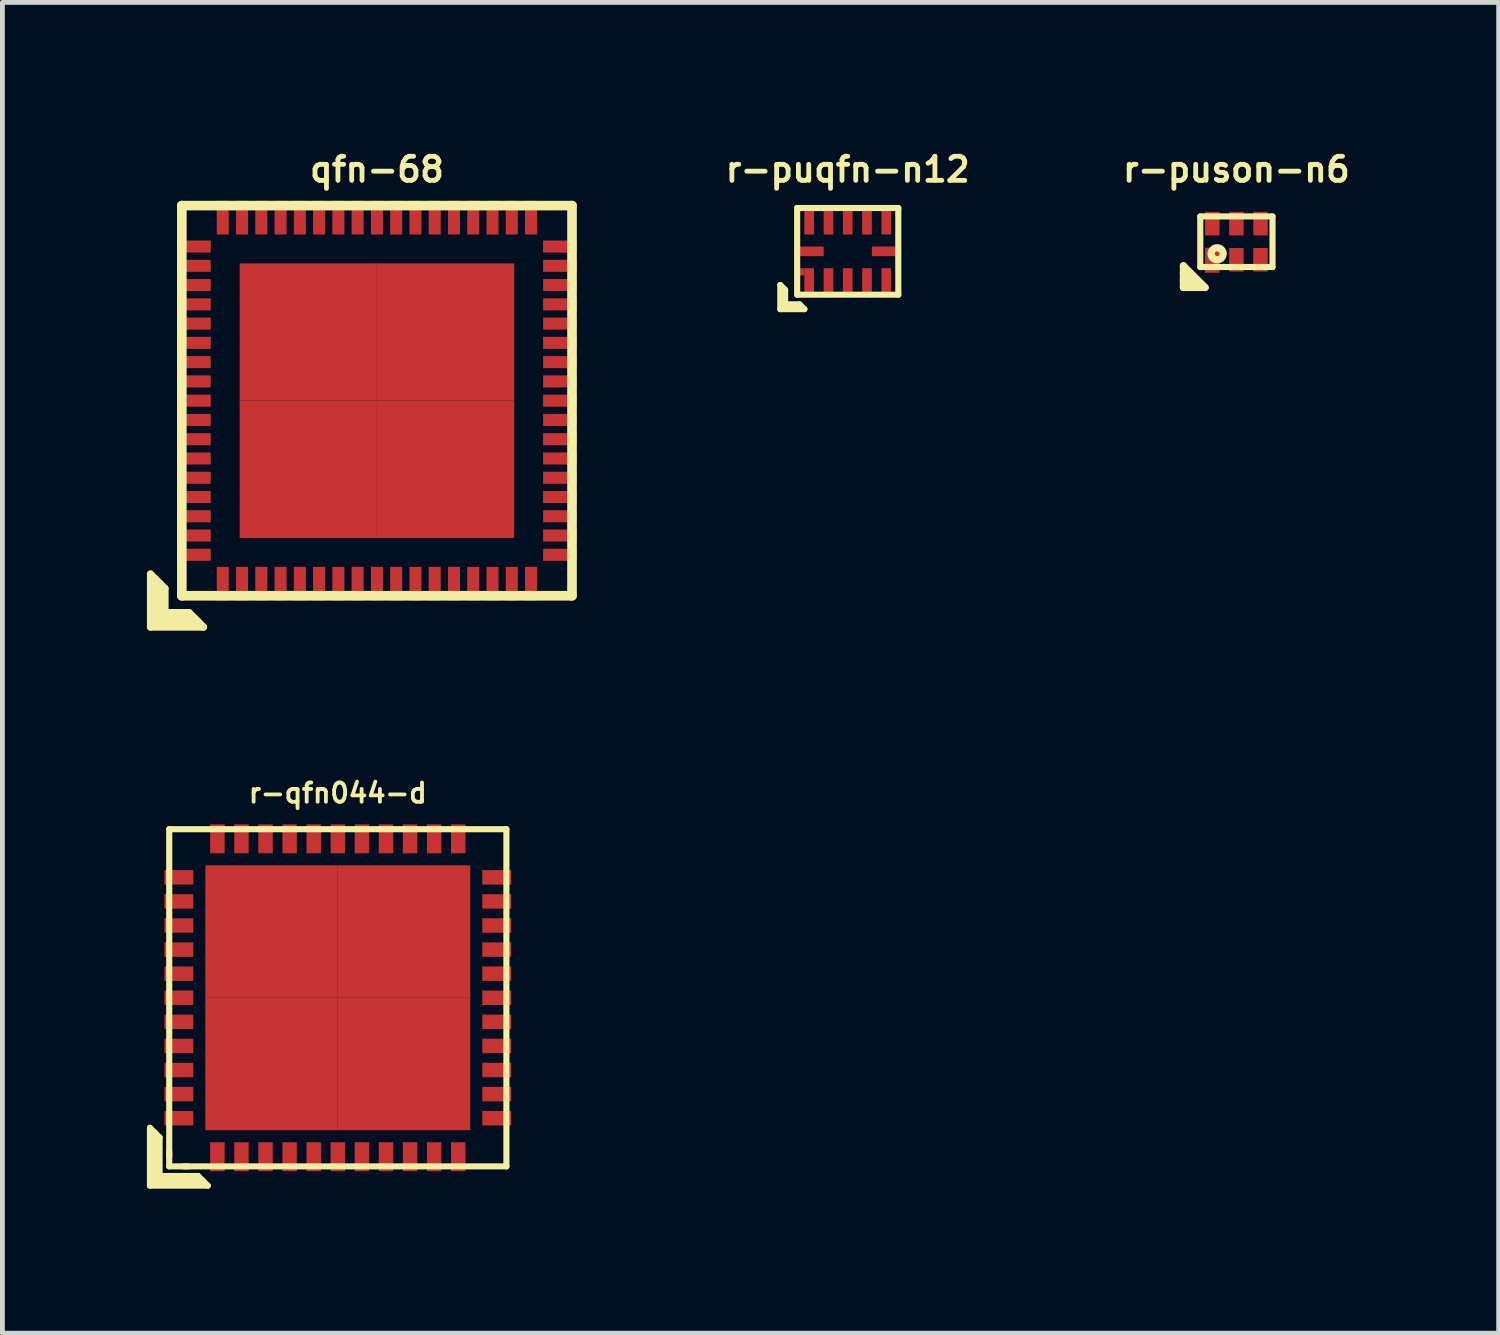
<source format=kicad_pcb>
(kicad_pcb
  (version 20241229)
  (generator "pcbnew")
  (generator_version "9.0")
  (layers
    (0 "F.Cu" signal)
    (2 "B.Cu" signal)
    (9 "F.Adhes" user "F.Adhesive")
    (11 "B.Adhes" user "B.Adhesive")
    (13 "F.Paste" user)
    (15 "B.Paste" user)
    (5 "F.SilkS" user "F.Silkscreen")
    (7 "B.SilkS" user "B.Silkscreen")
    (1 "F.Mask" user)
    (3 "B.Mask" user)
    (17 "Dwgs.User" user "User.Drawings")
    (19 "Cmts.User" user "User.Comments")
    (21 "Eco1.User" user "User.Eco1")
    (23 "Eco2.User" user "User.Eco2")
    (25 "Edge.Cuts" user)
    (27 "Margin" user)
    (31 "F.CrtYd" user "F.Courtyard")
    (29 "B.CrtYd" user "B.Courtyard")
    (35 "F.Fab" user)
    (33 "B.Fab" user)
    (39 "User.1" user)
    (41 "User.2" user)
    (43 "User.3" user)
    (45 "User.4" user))
  (footprint "qfn-68"
    (layer "F.Cu")
    (at 4.775 5.268)
    (property "Reference" "qfn-68" (at 0 -4.8 0) (layer "F.SilkS") (effects (font (size 0.5 0.5) (thickness 0.1))))
    (attr smd)
    (fp_line (start -4.7 4.7) (end -4.7 3.6) (stroke (width 0.15) (type solid)) (layer "F.SilkS"))
    (fp_line (start -4.6 3.7) (end -4.6 4.6) (stroke (width 0.15) (type solid)) (layer "F.SilkS"))
    (fp_line (start -4.6 4.6) (end -3.7 4.6) (stroke (width 0.15) (type solid)) (layer "F.SilkS"))
    (fp_line (start -4.5 4.5) (end -4.5 3.8) (stroke (width 0.15) (type solid)) (layer "F.SilkS"))
    (fp_line (start -4.4 3.9) (end -4.7 3.6) (stroke (width 0.15) (type solid)) (layer "F.SilkS"))
    (fp_line (start -4.4 4.4) (end -4.4 3.9) (stroke (width 0.15) (type solid)) (layer "F.SilkS"))
    (fp_line (start -4.4 4.4) (end -3.9 4.4) (stroke (width 0.15) (type solid)) (layer "F.SilkS"))
    (fp_line (start -4.05 -4.05) (end -4.05 4.05) (stroke (width 0.2) (type solid)) (layer "F.SilkS"))
    (fp_line (start -4.05 4.05) (end 4.05 4.05) (stroke (width 0.2) (type solid)) (layer "F.SilkS"))
    (fp_line (start -3.9 4.4) (end -3.6 4.7) (stroke (width 0.15) (type solid)) (layer "F.SilkS"))
    (fp_line (start -3.8 4.5) (end -4.5 4.5) (stroke (width 0.15) (type solid)) (layer "F.SilkS"))
    (fp_line (start -3.6 4.7) (end -4.7 4.7) (stroke (width 0.15) (type solid)) (layer "F.SilkS"))
    (fp_line (start 4.05 -4.05) (end -4.05 -4.05) (stroke (width 0.2) (type solid)) (layer "F.SilkS"))
    (fp_line (start 4.05 4.05) (end 4.05 -4.05) (stroke (width 0.2) (type solid)) (layer "F.SilkS"))
    (pad "1" smd rect (at -3.2 3.8) (size 0.25 0.7) (layers "F.Cu" "F.Mask" "F.Paste"))
    (pad "2" smd rect (at -2.8 3.8) (size 0.25 0.7) (layers "F.Cu" "F.Mask" "F.Paste"))
    (pad "3" smd rect (at -2.4 3.8) (size 0.25 0.7) (layers "F.Cu" "F.Mask" "F.Paste"))
    (pad "4" smd rect (at -2 3.8) (size 0.25 0.7) (layers "F.Cu" "F.Mask" "F.Paste"))
    (pad "5" smd rect (at -1.6 3.8) (size 0.25 0.7) (layers "F.Cu" "F.Mask" "F.Paste"))
    (pad "6" smd rect (at -1.2 3.8) (size 0.25 0.7) (layers "F.Cu" "F.Mask" "F.Paste"))
    (pad "7" smd rect (at -0.8 3.8) (size 0.25 0.7) (layers "F.Cu" "F.Mask" "F.Paste"))
    (pad "8" smd rect (at -0.4 3.8) (size 0.25 0.7) (layers "F.Cu" "F.Mask" "F.Paste"))
    (pad "9" smd rect (at 0 3.8) (size 0.25 0.7) (layers "F.Cu" "F.Mask" "F.Paste"))
    (pad "10" smd rect (at 0.4 3.8) (size 0.25 0.7) (layers "F.Cu" "F.Mask" "F.Paste"))
    (pad "11" smd rect (at 0.8 3.8) (size 0.25 0.7) (layers "F.Cu" "F.Mask" "F.Paste"))
    (pad "12" smd rect (at 1.2 3.8) (size 0.25 0.7) (layers "F.Cu" "F.Mask" "F.Paste"))
    (pad "13" smd rect (at 1.6 3.8) (size 0.25 0.7) (layers "F.Cu" "F.Mask" "F.Paste"))
    (pad "14" smd rect (at 2 3.8) (size 0.25 0.7) (layers "F.Cu" "F.Mask" "F.Paste"))
    (pad "15" smd rect (at 2.4 3.8) (size 0.25 0.7) (layers "F.Cu" "F.Mask" "F.Paste"))
    (pad "16" smd rect (at 2.8 3.8) (size 0.25 0.7) (layers "F.Cu" "F.Mask" "F.Paste"))
    (pad "17" smd rect (at 3.2 3.8) (size 0.25 0.7) (layers "F.Cu" "F.Mask" "F.Paste"))
    (pad "18" smd rect (at 3.8 3.2) (size 0.7 0.25) (layers "F.Cu" "F.Mask" "F.Paste"))
    (pad "19" smd rect (at 3.8 2.8) (size 0.7 0.25) (layers "F.Cu" "F.Mask" "F.Paste"))
    (pad "20" smd rect (at 3.8 2.4) (size 0.7 0.25) (layers "F.Cu" "F.Mask" "F.Paste"))
    (pad "21" smd rect (at 3.8 2) (size 0.7 0.25) (layers "F.Cu" "F.Mask" "F.Paste"))
    (pad "22" smd rect (at 3.8 1.6) (size 0.7 0.25) (layers "F.Cu" "F.Mask" "F.Paste"))
    (pad "23" smd rect (at 3.8 1.2) (size 0.7 0.25) (layers "F.Cu" "F.Mask" "F.Paste"))
    (pad "24" smd rect (at 3.8 0.8) (size 0.7 0.25) (layers "F.Cu" "F.Mask" "F.Paste"))
    (pad "25" smd rect (at 3.8 0.4) (size 0.7 0.25) (layers "F.Cu" "F.Mask" "F.Paste"))
    (pad "26" smd rect (at 3.8 0) (size 0.7 0.25) (layers "F.Cu" "F.Mask" "F.Paste"))
    (pad "27" smd rect (at 3.8 -0.4) (size 0.7 0.25) (layers "F.Cu" "F.Mask" "F.Paste"))
    (pad "28" smd rect (at 3.8 -0.8) (size 0.7 0.25) (layers "F.Cu" "F.Mask" "F.Paste"))
    (pad "29" smd rect (at 3.8 -1.2) (size 0.7 0.25) (layers "F.Cu" "F.Mask" "F.Paste"))
    (pad "30" smd rect (at 3.8 -1.6) (size 0.7 0.25) (layers "F.Cu" "F.Mask" "F.Paste"))
    (pad "31" smd rect (at 3.8 -2) (size 0.7 0.25) (layers "F.Cu" "F.Mask" "F.Paste"))
    (pad "32" smd rect (at 3.8 -2.4) (size 0.7 0.25) (layers "F.Cu" "F.Mask" "F.Paste"))
    (pad "33" smd rect (at 3.8 -2.8) (size 0.7 0.25) (layers "F.Cu" "F.Mask" "F.Paste"))
    (pad "34" smd rect (at 3.8 -3.2) (size 0.7 0.25) (layers "F.Cu" "F.Mask" "F.Paste"))
    (pad "35" smd rect (at 3.2 -3.8) (size 0.25 0.7) (layers "F.Cu" "F.Mask" "F.Paste"))
    (pad "36" smd rect (at 2.8 -3.8) (size 0.25 0.7) (layers "F.Cu" "F.Mask" "F.Paste"))
    (pad "37" smd rect (at 2.4 -3.8) (size 0.25 0.7) (layers "F.Cu" "F.Mask" "F.Paste"))
    (pad "38" smd rect (at 2 -3.8) (size 0.25 0.7) (layers "F.Cu" "F.Mask" "F.Paste"))
    (pad "39" smd rect (at 1.6 -3.8) (size 0.25 0.7) (layers "F.Cu" "F.Mask" "F.Paste"))
    (pad "40" smd rect (at 1.2 -3.8) (size 0.25 0.7) (layers "F.Cu" "F.Mask" "F.Paste"))
    (pad "41" smd rect (at 0.8 -3.8) (size 0.25 0.7) (layers "F.Cu" "F.Mask" "F.Paste"))
    (pad "42" smd rect (at 0.4 -3.8) (size 0.25 0.7) (layers "F.Cu" "F.Mask" "F.Paste"))
    (pad "43" smd rect (at 0 -3.8) (size 0.25 0.7) (layers "F.Cu" "F.Mask" "F.Paste"))
    (pad "44" smd rect (at -0.4 -3.8) (size 0.25 0.7) (layers "F.Cu" "F.Mask" "F.Paste"))
    (pad "45" smd rect (at -0.8 -3.8) (size 0.25 0.7) (layers "F.Cu" "F.Mask" "F.Paste"))
    (pad "46" smd rect (at -1.2 -3.8) (size 0.25 0.7) (layers "F.Cu" "F.Mask" "F.Paste"))
    (pad "47" smd rect (at -1.6 -3.8) (size 0.25 0.7) (layers "F.Cu" "F.Mask" "F.Paste"))
    (pad "48" smd rect (at -2 -3.8) (size 0.25 0.7) (layers "F.Cu" "F.Mask" "F.Paste"))
    (pad "49" smd rect (at -2.4 -3.8) (size 0.25 0.7) (layers "F.Cu" "F.Mask" "F.Paste"))
    (pad "50" smd rect (at -2.8 -3.8) (size 0.25 0.7) (layers "F.Cu" "F.Mask" "F.Paste"))
    (pad "51" smd rect (at -3.2 -3.8) (size 0.25 0.7) (layers "F.Cu" "F.Mask" "F.Paste"))
    (pad "52" smd rect (at -3.8 -3.2) (size 0.7 0.25) (layers "F.Cu" "F.Mask" "F.Paste"))
    (pad "53" smd rect (at -3.8 -2.8) (size 0.7 0.25) (layers "F.Cu" "F.Mask" "F.Paste"))
    (pad "54" smd rect (at -3.8 -2.4) (size 0.7 0.25) (layers "F.Cu" "F.Mask" "F.Paste"))
    (pad "55" smd rect (at -3.8 -2) (size 0.7 0.25) (layers "F.Cu" "F.Mask" "F.Paste"))
    (pad "56" smd rect (at -3.8 -1.6) (size 0.7 0.25) (layers "F.Cu" "F.Mask" "F.Paste"))
    (pad "57" smd rect (at -3.8 -1.2) (size 0.7 0.25) (layers "F.Cu" "F.Mask" "F.Paste"))
    (pad "58" smd rect (at -3.8 -0.8) (size 0.7 0.25) (layers "F.Cu" "F.Mask" "F.Paste"))
    (pad "59" smd rect (at -3.8 -0.4) (size 0.7 0.25) (layers "F.Cu" "F.Mask" "F.Paste"))
    (pad "60" smd rect (at -3.8 0) (size 0.7 0.25) (layers "F.Cu" "F.Mask" "F.Paste"))
    (pad "61" smd rect (at -3.8 0.4) (size 0.7 0.25) (layers "F.Cu" "F.Mask" "F.Paste"))
    (pad "62" smd rect (at -3.8 0.8) (size 0.7 0.25) (layers "F.Cu" "F.Mask" "F.Paste"))
    (pad "63" smd rect (at -3.8 1.2) (size 0.7 0.25) (layers "F.Cu" "F.Mask" "F.Paste"))
    (pad "64" smd rect (at -3.8 1.6) (size 0.7 0.25) (layers "F.Cu" "F.Mask" "F.Paste"))
    (pad "65" smd rect (at -3.8 2) (size 0.7 0.25) (layers "F.Cu" "F.Mask" "F.Paste"))
    (pad "66" smd rect (at -3.8 2.4) (size 0.7 0.25) (layers "F.Cu" "F.Mask" "F.Paste"))
    (pad "67" smd rect (at -3.8 2.8) (size 0.7 0.25) (layers "F.Cu" "F.Mask" "F.Paste"))
    (pad "68" smd rect (at -3.8 3.2) (size 0.7 0.25) (layers "F.Cu" "F.Mask" "F.Paste"))
    (pad "69" smd rect (at -1.425 -1.425) (size 2.85 2.85) (layers "F.Cu" "F.Mask" "F.Paste"))
    (pad "69" smd rect (at -1.425 1.425) (size 2.85 2.85) (layers "F.Cu" "F.Mask" "F.Paste"))
    (pad "69" smd rect (at 1.425 -1.425) (size 2.85 2.85) (layers "F.Cu" "F.Mask" "F.Paste"))
    (pad "69" smd rect (at 1.425 1.425) (size 2.85 2.85) (layers "F.Cu" "F.Mask" "F.Paste")))
  (footprint "r-puson-n6"
    (layer "F.Cu")
    (at 22.618 1.968)
    (property "Reference" "r-puson-n6" (at 0 -1.5 0) (layer "F.SilkS") (effects (font (size 0.5 0.5) (thickness 0.1))))
    (attr smd)
    (fp_line (start -1.1 0.5) (end -1.1 0.95) (stroke (width 0.15) (type solid)) (layer "F.SilkS"))
    (fp_line (start -1.1 0.95) (end -0.65 0.95) (stroke (width 0.15) (type solid)) (layer "F.SilkS"))
    (fp_line (start -0.95 0.95) (end -1.1 0.8) (stroke (width 0.15) (type solid)) (layer "F.SilkS"))
    (fp_line (start -0.8 0.95) (end -1.1 0.65) (stroke (width 0.15) (type solid)) (layer "F.SilkS"))
    (fp_line (start -0.75 -0.525) (end 0.75 -0.525) (stroke (width 0.127) (type solid)) (layer "F.SilkS"))
    (fp_line (start -0.75 0.525) (end -0.75 -0.525) (stroke (width 0.127) (type solid)) (layer "F.SilkS"))
    (fp_line (start -0.65 0.95) (end -1.1 0.5) (stroke (width 0.15) (type solid)) (layer "F.SilkS"))
    (fp_line (start 0.75 -0.525) (end 0.75 0.525) (stroke (width 0.127) (type solid)) (layer "F.SilkS"))
    (fp_line (start 0.75 0.525) (end -0.75 0.525) (stroke (width 0.127) (type solid)) (layer "F.SilkS"))
    (fp_circle (center -0.4 0.25) (end -0.35 0.25) (stroke (width 0.15) (type solid)) (fill no) (layer "F.SilkS"))
    (fp_circle (center -0.4 0.25) (end -0.28 0.25) (stroke (width 0.127) (type solid)) (fill no) (layer "F.SilkS"))
    (pad "1" smd rect (at -0.5 0.385) (size 0.3 0.52) (layers "F.Cu" "F.Mask" "F.Paste"))
    (pad "2" smd rect (at 0 0.375) (size 0.3 0.49) (layers "F.Cu" "F.Mask" "F.Paste"))
    (pad "3" smd rect (at 0.5 0.375) (size 0.3 0.49) (layers "F.Cu" "F.Mask" "F.Paste"))
    (pad "4" smd rect (at 0.5 -0.375) (size 0.3 0.49) (layers "F.Cu" "F.Mask" "F.Paste"))
    (pad "5" smd rect (at 0 -0.375) (size 0.3 0.49) (layers "F.Cu" "F.Mask" "F.Paste"))
    (pad "6" smd rect (at -0.5 -0.375) (size 0.3 0.49) (layers "F.Cu" "F.Mask" "F.Paste")))
  (footprint "r-puqfn-n12"
    (layer "F.Cu")
    (at 14.549 2.168)
    (property "Reference" "r-puqfn-n12" (at 0 -1.7 0) (layer "F.SilkS") (effects (font (size 0.5 0.5) (thickness 0.1))))
    (attr smd)
    (fp_line (start -1.4 0.7) (end -1.3 0.8) (stroke (width 0.127) (type solid)) (layer "F.SilkS"))
    (fp_line (start -1.4 1.2) (end -1.4 0.7) (stroke (width 0.127) (type solid)) (layer "F.SilkS"))
    (fp_line (start -1.3 0.8) (end -1.3 1.1) (stroke (width 0.127) (type solid)) (layer "F.SilkS"))
    (fp_line (start -1.3 1.1) (end -1 1.1) (stroke (width 0.127) (type solid)) (layer "F.SilkS"))
    (fp_line (start -1.05 -0.9) (end -1.05 0.9) (stroke (width 0.127) (type solid)) (layer "F.SilkS"))
    (fp_line (start -1.05 0.9) (end 1.05 0.9) (stroke (width 0.127) (type solid)) (layer "F.SilkS"))
    (fp_line (start -1 1.1) (end -0.9 1.2) (stroke (width 0.127) (type solid)) (layer "F.SilkS"))
    (fp_line (start -0.9 1.2) (end -1.4 1.2) (stroke (width 0.127) (type solid)) (layer "F.SilkS"))
    (fp_line (start 1.05 -0.9) (end -1.05 -0.9) (stroke (width 0.127) (type solid)) (layer "F.SilkS"))
    (fp_line (start 1.05 0.9) (end 1.05 -0.9) (stroke (width 0.127) (type solid)) (layer "F.SilkS"))
    (pad "1" smd rect (at -1 0.425) (size 0.2 0.15) (layers "F.Cu" "F.Mask" "F.Paste"))
    (pad "1" smd rect (at -0.8 0.65) (size 0.2 0.6) (layers "F.Cu" "F.Mask" "F.Paste"))
    (pad "2" smd rect (at -0.4 0.65) (size 0.2 0.6) (layers "F.Cu" "F.Mask" "F.Paste"))
    (pad "3" smd rect (at 0 0.65) (size 0.2 0.6) (layers "F.Cu" "F.Mask" "F.Paste"))
    (pad "4" smd rect (at 0.4 0.65) (size 0.2 0.6) (layers "F.Cu" "F.Mask" "F.Paste"))
    (pad "5" smd rect (at 0.8 0.65) (size 0.2 0.6) (layers "F.Cu" "F.Mask" "F.Paste"))
    (pad "6" smd rect (at 0.8 0) (size 0.6 0.2) (layers "F.Cu" "F.Mask" "F.Paste"))
    (pad "7" smd rect (at 0.8 -0.65) (size 0.2 0.6) (layers "F.Cu" "F.Mask" "F.Paste"))
    (pad "8" smd rect (at 0.4 -0.65) (size 0.2 0.6) (layers "F.Cu" "F.Mask" "F.Paste"))
    (pad "9" smd rect (at 0 -0.65) (size 0.2 0.6) (layers "F.Cu" "F.Mask" "F.Paste"))
    (pad "10" smd rect (at -0.4 -0.65) (size 0.2 0.6) (layers "F.Cu" "F.Mask" "F.Paste"))
    (pad "11" smd rect (at -0.8 -0.65) (size 0.2 0.6) (layers "F.Cu" "F.Mask" "F.Paste"))
    (pad "12" smd rect (at -0.8 0) (size 0.6 0.2) (layers "F.Cu" "F.Mask" "F.Paste")))
  (footprint "r-qfn044-d"
    (layer "F.Cu")
    (at 3.963 17.664)
    (property "Reference" "r-qfn044-d" (at 0 -4.25 0) (layer "F.SilkS") (effects (font (size 0.399 0.399) (thickness 0.079))))
    (attr smd)
    (fp_line (start -3.9 2.7) (end -3.7 2.9) (stroke (width 0.127) (type solid)) (layer "F.SilkS"))
    (fp_line (start -3.9 3.9) (end -3.9 2.7) (stroke (width 0.127) (type solid)) (layer "F.SilkS"))
    (fp_line (start -3.8 2.8) (end -3.8 3.8) (stroke (width 0.127) (type solid)) (layer "F.SilkS"))
    (fp_line (start -3.8 3.8) (end -2.8 3.8) (stroke (width 0.127) (type solid)) (layer "F.SilkS"))
    (fp_line (start -3.7 2.9) (end -3.7 3.7) (stroke (width 0.127) (type solid)) (layer "F.SilkS"))
    (fp_line (start -3.7 3.7) (end -2.9 3.7) (stroke (width 0.127) (type solid)) (layer "F.SilkS"))
    (fp_line (start -3.5 -3.5) (end -3.5 3.5) (stroke (width 0.127) (type solid)) (layer "F.SilkS"))
    (fp_line (start -3.5 3.2) (end -3.5 3.3) (stroke (width 0.127) (type solid)) (layer "F.SilkS"))
    (fp_line (start -3.5 3.5) (end 3.5 3.5) (stroke (width 0.127) (type solid)) (layer "F.SilkS"))
    (fp_line (start -3.1 3.5) (end -3.2 3.5) (stroke (width 0.127) (type solid)) (layer "F.SilkS"))
    (fp_line (start -2.9 3.7) (end -2.7 3.9) (stroke (width 0.127) (type solid)) (layer "F.SilkS"))
    (fp_line (start -2.7 3.9) (end -3.9 3.9) (stroke (width 0.127) (type solid)) (layer "F.SilkS"))
    (fp_line (start 3.5 -3.5) (end -3.5 -3.5) (stroke (width 0.127) (type solid)) (layer "F.SilkS"))
    (fp_line (start 3.5 3.5) (end 3.5 -3.5) (stroke (width 0.127) (type solid)) (layer "F.SilkS"))
    (pad "1" smd rect (at -2.5 3.3) (size 0.3 0.6) (layers "F.Cu" "F.Mask" "F.Paste"))
    (pad "2" smd rect (at -2 3.3) (size 0.3 0.6) (layers "F.Cu" "F.Mask" "F.Paste"))
    (pad "3" smd rect (at -1.5 3.3) (size 0.3 0.6) (layers "F.Cu" "F.Mask" "F.Paste"))
    (pad "4" smd rect (at -1 3.3) (size 0.3 0.6) (layers "F.Cu" "F.Mask" "F.Paste"))
    (pad "5" smd rect (at -0.5 3.3) (size 0.3 0.6) (layers "F.Cu" "F.Mask" "F.Paste"))
    (pad "6" smd rect (at 0 3.3) (size 0.3 0.6) (layers "F.Cu" "F.Mask" "F.Paste"))
    (pad "7" smd rect (at 0.5 3.3) (size 0.3 0.6) (layers "F.Cu" "F.Mask" "F.Paste"))
    (pad "8" smd rect (at 1 3.3) (size 0.3 0.6) (layers "F.Cu" "F.Mask" "F.Paste"))
    (pad "9" smd rect (at 1.5 3.3) (size 0.3 0.6) (layers "F.Cu" "F.Mask" "F.Paste"))
    (pad "10" smd rect (at 2 3.3) (size 0.3 0.6) (layers "F.Cu" "F.Mask" "F.Paste"))
    (pad "11" smd rect (at 2.5 3.3) (size 0.3 0.6) (layers "F.Cu" "F.Mask" "F.Paste"))
    (pad "12" smd rect (at 3.3 2.5) (size 0.6 0.3) (layers "F.Cu" "F.Mask" "F.Paste"))
    (pad "13" smd rect (at 3.3 2) (size 0.6 0.3) (layers "F.Cu" "F.Mask" "F.Paste"))
    (pad "14" smd rect (at 3.3 1.5) (size 0.6 0.3) (layers "F.Cu" "F.Mask" "F.Paste"))
    (pad "15" smd rect (at 3.3 1) (size 0.6 0.3) (layers "F.Cu" "F.Mask" "F.Paste"))
    (pad "16" smd rect (at 3.3 0.5) (size 0.6 0.3) (layers "F.Cu" "F.Mask" "F.Paste"))
    (pad "17" smd rect (at 3.3 0) (size 0.6 0.3) (layers "F.Cu" "F.Mask" "F.Paste"))
    (pad "18" smd rect (at 3.3 -0.5) (size 0.6 0.3) (layers "F.Cu" "F.Mask" "F.Paste"))
    (pad "19" smd rect (at 3.3 -1) (size 0.6 0.3) (layers "F.Cu" "F.Mask" "F.Paste"))
    (pad "20" smd rect (at 3.3 -1.5) (size 0.6 0.3) (layers "F.Cu" "F.Mask" "F.Paste"))
    (pad "21" smd rect (at 3.3 -2) (size 0.6 0.3) (layers "F.Cu" "F.Mask" "F.Paste"))
    (pad "22" smd rect (at 3.3 -2.5) (size 0.6 0.3) (layers "F.Cu" "F.Mask" "F.Paste"))
    (pad "23" smd rect (at 2.5 -3.3) (size 0.3 0.6) (layers "F.Cu" "F.Mask" "F.Paste"))
    (pad "24" smd rect (at 2 -3.3) (size 0.3 0.6) (layers "F.Cu" "F.Mask" "F.Paste"))
    (pad "25" smd rect (at 1.5 -3.3) (size 0.3 0.6) (layers "F.Cu" "F.Mask" "F.Paste"))
    (pad "26" smd rect (at 1 -3.3) (size 0.3 0.6) (layers "F.Cu" "F.Mask" "F.Paste"))
    (pad "27" smd rect (at 0.5 -3.3) (size 0.3 0.6) (layers "F.Cu" "F.Mask" "F.Paste"))
    (pad "28" smd rect (at 0 -3.3) (size 0.3 0.6) (layers "F.Cu" "F.Mask" "F.Paste"))
    (pad "29" smd rect (at -0.5 -3.3) (size 0.3 0.6) (layers "F.Cu" "F.Mask" "F.Paste"))
    (pad "30" smd rect (at -1 -3.3) (size 0.3 0.6) (layers "F.Cu" "F.Mask" "F.Paste"))
    (pad "31" smd rect (at -1.5 -3.3) (size 0.3 0.6) (layers "F.Cu" "F.Mask" "F.Paste"))
    (pad "32" smd rect (at -2 -3.3) (size 0.3 0.6) (layers "F.Cu" "F.Mask" "F.Paste"))
    (pad "33" smd rect (at -2.5 -3.3) (size 0.3 0.6) (layers "F.Cu" "F.Mask" "F.Paste"))
    (pad "34" smd rect (at -3.3 -2.5) (size 0.6 0.3) (layers "F.Cu" "F.Mask" "F.Paste"))
    (pad "35" smd rect (at -3.3 -2) (size 0.6 0.3) (layers "F.Cu" "F.Mask" "F.Paste"))
    (pad "36" smd rect (at -3.3 -1.5) (size 0.6 0.3) (layers "F.Cu" "F.Mask" "F.Paste"))
    (pad "37" smd rect (at -3.3 -1) (size 0.6 0.3) (layers "F.Cu" "F.Mask" "F.Paste"))
    (pad "38" smd rect (at -3.3 -0.5) (size 0.6 0.3) (layers "F.Cu" "F.Mask" "F.Paste"))
    (pad "39" smd rect (at -3.3 0) (size 0.6 0.3) (layers "F.Cu" "F.Mask" "F.Paste"))
    (pad "40" smd rect (at -3.3 0.5) (size 0.6 0.3) (layers "F.Cu" "F.Mask" "F.Paste"))
    (pad "41" smd rect (at -3.3 1) (size 0.6 0.3) (layers "F.Cu" "F.Mask" "F.Paste"))
    (pad "42" smd rect (at -3.3 1.5) (size 0.6 0.3) (layers "F.Cu" "F.Mask" "F.Paste"))
    (pad "43" smd rect (at -3.3 2) (size 0.6 0.3) (layers "F.Cu" "F.Mask" "F.Paste"))
    (pad "44" smd rect (at -3.3 2.5) (size 0.6 0.3) (layers "F.Cu" "F.Mask" "F.Paste"))
    (pad "45" smd rect (at -1.375 -1.375) (size 2.75 2.75) (layers "F.Cu" "F.Mask" "F.Paste"))
    (pad "45" smd rect (at -1.375 1.375) (size 2.75 2.75) (layers "F.Cu" "F.Mask" "F.Paste"))
    (pad "45" smd rect (at 1.375 -1.375) (size 2.75 2.75) (layers "F.Cu" "F.Mask" "F.Paste"))
    (pad "45" smd rect (at 1.375 1.375) (size 2.75 2.75) (layers "F.Cu" "F.Mask" "F.Paste")))
  (gr_rect
    (start -3 -3)
    (end 28.063 24.628)
    (stroke (width 0.1) (type default))
    (fill no)
    (layer "Edge.Cuts")))
</source>
